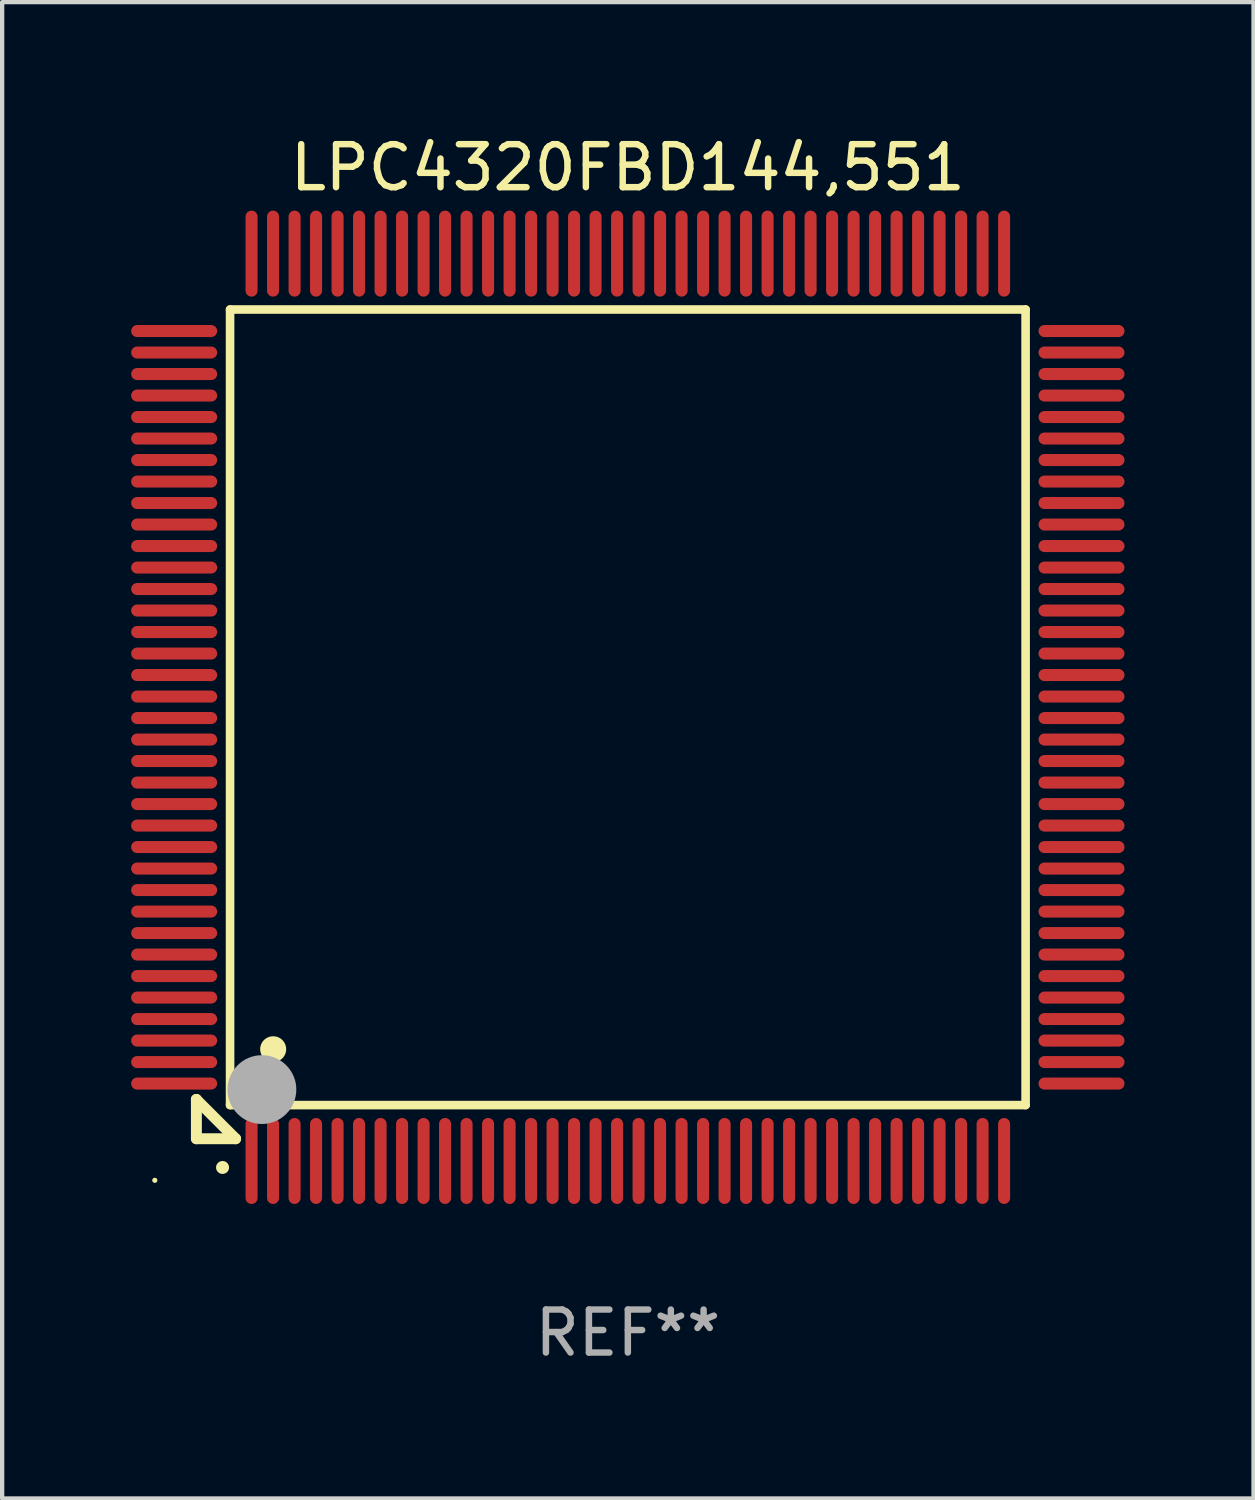
<source format=kicad_pcb>
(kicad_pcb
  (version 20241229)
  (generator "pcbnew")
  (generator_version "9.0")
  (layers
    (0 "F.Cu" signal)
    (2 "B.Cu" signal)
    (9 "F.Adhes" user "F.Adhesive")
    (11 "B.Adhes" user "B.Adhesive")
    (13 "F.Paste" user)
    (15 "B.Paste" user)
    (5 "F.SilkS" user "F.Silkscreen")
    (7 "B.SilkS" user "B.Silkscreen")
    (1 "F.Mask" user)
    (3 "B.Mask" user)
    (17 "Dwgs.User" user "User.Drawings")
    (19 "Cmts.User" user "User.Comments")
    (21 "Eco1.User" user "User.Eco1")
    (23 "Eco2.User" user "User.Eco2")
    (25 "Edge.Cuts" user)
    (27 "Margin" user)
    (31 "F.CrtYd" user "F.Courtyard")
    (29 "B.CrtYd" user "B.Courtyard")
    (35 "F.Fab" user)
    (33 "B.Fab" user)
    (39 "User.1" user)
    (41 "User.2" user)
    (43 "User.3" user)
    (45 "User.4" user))
  (footprint "LPC4320FBD144,551"
    (layer "F.Cu")
    (at 11.55 13.398)
    (property "Reference" "LPC4320FBD144,551" (at 0 -12.55 0) (layer "F.SilkS") (effects (font (size 1 1) (thickness 0.15))))
    (attr through_hole)
    (fp_line (start -10.033 9.121) (end -10.033 9.121) (stroke (width 0.254) (type solid)) (layer "F.SilkS"))
    (fp_line (start -10.033 9.121) (end -10.033 10.033) (stroke (width 0.254) (type solid)) (layer "F.SilkS"))
    (fp_line (start -10.033 9.121) (end -9.121 10.033) (stroke (width 0.254) (type solid)) (layer "F.SilkS"))
    (fp_line (start -10.033 10.033) (end -9.121 10.033) (stroke (width 0.254) (type solid)) (layer "F.SilkS"))
    (fp_line (start -9.25 -9.25) (end 9.25 -9.25) (stroke (width 0.2) (type solid)) (layer "F.SilkS"))
    (fp_line (start -9.25 9.25) (end -9.25 -9.25) (stroke (width 0.2) (type solid)) (layer "F.SilkS"))
    (fp_line (start 9.25 -9.25) (end 9.25 9.25) (stroke (width 0.2) (type solid)) (layer "F.SilkS"))
    (fp_line (start 9.25 9.25) (end -9.25 9.25) (stroke (width 0.2) (type solid)) (layer "F.SilkS"))
    (fp_arc (start -9.425959 10.701041) (mid -9.424689 10.701036) (end -9.423419 10.701041) (stroke (width 0.3) (type solid)) (layer "F.SilkS"))
    (fp_arc (start -8.249936 7.950216) (mid -8.247396 7.950205) (end -8.244856 7.950216) (stroke (width 0.6) (type solid)) (layer "F.SilkS"))
    (fp_circle (center -11 11) (end -10.97 11) (stroke (width 0.06) (type solid)) (fill no) (layer "F.SilkS"))
    (fp_circle (center -8.509 8.89) (end -8.109 8.89) (stroke (width 0.8) (type solid)) (fill no) (layer "F.Fab"))
    (fp_text user "REF**" (at 0 14.55 0) (layer "F.Fab") (effects (font (size 1 1) (thickness 0.15))))
    (pad "1" smd oval (at -8.75 10.55 180) (size 0.28 2) (layers "F.Cu" "F.Mask" "F.Paste"))
    (pad "2" smd oval (at -8.25 10.55 180) (size 0.28 2) (layers "F.Cu" "F.Mask" "F.Paste"))
    (pad "3" smd oval (at -7.75 10.55 180) (size 0.28 2) (layers "F.Cu" "F.Mask" "F.Paste"))
    (pad "4" smd oval (at -7.25 10.55 180) (size 0.28 2) (layers "F.Cu" "F.Mask" "F.Paste"))
    (pad "5" smd oval (at -6.75 10.55 180) (size 0.28 2) (layers "F.Cu" "F.Mask" "F.Paste"))
    (pad "6" smd oval (at -6.25 10.55 180) (size 0.28 2) (layers "F.Cu" "F.Mask" "F.Paste"))
    (pad "7" smd oval (at -5.75 10.55 180) (size 0.28 2) (layers "F.Cu" "F.Mask" "F.Paste"))
    (pad "8" smd oval (at -5.25 10.55 180) (size 0.28 2) (layers "F.Cu" "F.Mask" "F.Paste"))
    (pad "9" smd oval (at -4.75 10.55 180) (size 0.28 2) (layers "F.Cu" "F.Mask" "F.Paste"))
    (pad "10" smd oval (at -4.25 10.55 180) (size 0.28 2) (layers "F.Cu" "F.Mask" "F.Paste"))
    (pad "11" smd oval (at -3.75 10.55 180) (size 0.28 2) (layers "F.Cu" "F.Mask" "F.Paste"))
    (pad "12" smd oval (at -3.25 10.55 180) (size 0.28 2) (layers "F.Cu" "F.Mask" "F.Paste"))
    (pad "13" smd oval (at -2.75 10.55 180) (size 0.28 2) (layers "F.Cu" "F.Mask" "F.Paste"))
    (pad "14" smd oval (at -2.25 10.55 180) (size 0.28 2) (layers "F.Cu" "F.Mask" "F.Paste"))
    (pad "15" smd oval (at -1.75 10.55 180) (size 0.28 2) (layers "F.Cu" "F.Mask" "F.Paste"))
    (pad "16" smd oval (at -1.25 10.55 180) (size 0.28 2) (layers "F.Cu" "F.Mask" "F.Paste"))
    (pad "17" smd oval (at -0.75 10.55 180) (size 0.28 2) (layers "F.Cu" "F.Mask" "F.Paste"))
    (pad "18" smd oval (at -0.25 10.55 180) (size 0.28 2) (layers "F.Cu" "F.Mask" "F.Paste"))
    (pad "19" smd oval (at 0.25 10.55 180) (size 0.28 2) (layers "F.Cu" "F.Mask" "F.Paste"))
    (pad "20" smd oval (at 0.75 10.55 180) (size 0.28 2) (layers "F.Cu" "F.Mask" "F.Paste"))
    (pad "21" smd oval (at 1.25 10.55 180) (size 0.28 2) (layers "F.Cu" "F.Mask" "F.Paste"))
    (pad "22" smd oval (at 1.75 10.55 180) (size 0.28 2) (layers "F.Cu" "F.Mask" "F.Paste"))
    (pad "23" smd oval (at 2.25 10.55 180) (size 0.28 2) (layers "F.Cu" "F.Mask" "F.Paste"))
    (pad "24" smd oval (at 2.75 10.55 180) (size 0.28 2) (layers "F.Cu" "F.Mask" "F.Paste"))
    (pad "25" smd oval (at 3.25 10.55 180) (size 0.28 2) (layers "F.Cu" "F.Mask" "F.Paste"))
    (pad "26" smd oval (at 3.75 10.55 180) (size 0.28 2) (layers "F.Cu" "F.Mask" "F.Paste"))
    (pad "27" smd oval (at 4.25 10.55 180) (size 0.28 2) (layers "F.Cu" "F.Mask" "F.Paste"))
    (pad "28" smd oval (at 4.75 10.55 180) (size 0.28 2) (layers "F.Cu" "F.Mask" "F.Paste"))
    (pad "29" smd oval (at 5.25 10.55 180) (size 0.28 2) (layers "F.Cu" "F.Mask" "F.Paste"))
    (pad "30" smd oval (at 5.75 10.55 180) (size 0.28 2) (layers "F.Cu" "F.Mask" "F.Paste"))
    (pad "31" smd oval (at 6.25 10.55 180) (size 0.28 2) (layers "F.Cu" "F.Mask" "F.Paste"))
    (pad "32" smd oval (at 6.75 10.55 180) (size 0.28 2) (layers "F.Cu" "F.Mask" "F.Paste"))
    (pad "33" smd oval (at 7.25 10.55 180) (size 0.28 2) (layers "F.Cu" "F.Mask" "F.Paste"))
    (pad "34" smd oval (at 7.75 10.55 180) (size 0.28 2) (layers "F.Cu" "F.Mask" "F.Paste"))
    (pad "35" smd oval (at 8.25 10.55 180) (size 0.28 2) (layers "F.Cu" "F.Mask" "F.Paste"))
    (pad "36" smd oval (at 8.75 10.55 180) (size 0.28 2) (layers "F.Cu" "F.Mask" "F.Paste"))
    (pad "37" smd oval (at 10.55 8.75 90) (size 0.28 2) (layers "F.Cu" "F.Mask" "F.Paste"))
    (pad "38" smd oval (at 10.55 8.25 90) (size 0.28 2) (layers "F.Cu" "F.Mask" "F.Paste"))
    (pad "39" smd oval (at 10.55 7.75 90) (size 0.28 2) (layers "F.Cu" "F.Mask" "F.Paste"))
    (pad "40" smd oval (at 10.55 7.25 90) (size 0.28 2) (layers "F.Cu" "F.Mask" "F.Paste"))
    (pad "41" smd oval (at 10.55 6.75 90) (size 0.28 2) (layers "F.Cu" "F.Mask" "F.Paste"))
    (pad "42" smd oval (at 10.55 6.25 90) (size 0.28 2) (layers "F.Cu" "F.Mask" "F.Paste"))
    (pad "43" smd oval (at 10.55 5.75 90) (size 0.28 2) (layers "F.Cu" "F.Mask" "F.Paste"))
    (pad "44" smd oval (at 10.55 5.25 90) (size 0.28 2) (layers "F.Cu" "F.Mask" "F.Paste"))
    (pad "45" smd oval (at 10.55 4.75 90) (size 0.28 2) (layers "F.Cu" "F.Mask" "F.Paste"))
    (pad "46" smd oval (at 10.55 4.25 90) (size 0.28 2) (layers "F.Cu" "F.Mask" "F.Paste"))
    (pad "47" smd oval (at 10.55 3.75 90) (size 0.28 2) (layers "F.Cu" "F.Mask" "F.Paste"))
    (pad "48" smd oval (at 10.55 3.25 90) (size 0.28 2) (layers "F.Cu" "F.Mask" "F.Paste"))
    (pad "49" smd oval (at 10.55 2.75 90) (size 0.28 2) (layers "F.Cu" "F.Mask" "F.Paste"))
    (pad "50" smd oval (at 10.55 2.25 90) (size 0.28 2) (layers "F.Cu" "F.Mask" "F.Paste"))
    (pad "51" smd oval (at 10.55 1.75 90) (size 0.28 2) (layers "F.Cu" "F.Mask" "F.Paste"))
    (pad "52" smd oval (at 10.55 1.25 90) (size 0.28 2) (layers "F.Cu" "F.Mask" "F.Paste"))
    (pad "53" smd oval (at 10.55 0.75 90) (size 0.28 2) (layers "F.Cu" "F.Mask" "F.Paste"))
    (pad "54" smd oval (at 10.55 0.25 90) (size 0.28 2) (layers "F.Cu" "F.Mask" "F.Paste"))
    (pad "55" smd oval (at 10.55 -0.25 90) (size 0.28 2) (layers "F.Cu" "F.Mask" "F.Paste"))
    (pad "56" smd oval (at 10.55 -0.75 90) (size 0.28 2) (layers "F.Cu" "F.Mask" "F.Paste"))
    (pad "57" smd oval (at 10.55 -1.25 90) (size 0.28 2) (layers "F.Cu" "F.Mask" "F.Paste"))
    (pad "58" smd oval (at 10.55 -1.75 90) (size 0.28 2) (layers "F.Cu" "F.Mask" "F.Paste"))
    (pad "59" smd oval (at 10.55 -2.25 90) (size 0.28 2) (layers "F.Cu" "F.Mask" "F.Paste"))
    (pad "60" smd oval (at 10.55 -2.75 90) (size 0.28 2) (layers "F.Cu" "F.Mask" "F.Paste"))
    (pad "61" smd oval (at 10.55 -3.25 90) (size 0.28 2) (layers "F.Cu" "F.Mask" "F.Paste"))
    (pad "62" smd oval (at 10.55 -3.75 90) (size 0.28 2) (layers "F.Cu" "F.Mask" "F.Paste"))
    (pad "63" smd oval (at 10.55 -4.25 90) (size 0.28 2) (layers "F.Cu" "F.Mask" "F.Paste"))
    (pad "64" smd oval (at 10.55 -4.75 90) (size 0.28 2) (layers "F.Cu" "F.Mask" "F.Paste"))
    (pad "65" smd oval (at 10.55 -5.25 90) (size 0.28 2) (layers "F.Cu" "F.Mask" "F.Paste"))
    (pad "66" smd oval (at 10.55 -5.75 90) (size 0.28 2) (layers "F.Cu" "F.Mask" "F.Paste"))
    (pad "67" smd oval (at 10.55 -6.25 90) (size 0.28 2) (layers "F.Cu" "F.Mask" "F.Paste"))
    (pad "68" smd oval (at 10.55 -6.75 90) (size 0.28 2) (layers "F.Cu" "F.Mask" "F.Paste"))
    (pad "69" smd oval (at 10.55 -7.25 90) (size 0.28 2) (layers "F.Cu" "F.Mask" "F.Paste"))
    (pad "70" smd oval (at 10.55 -7.75 90) (size 0.28 2) (layers "F.Cu" "F.Mask" "F.Paste"))
    (pad "71" smd oval (at 10.55 -8.25 90) (size 0.28 2) (layers "F.Cu" "F.Mask" "F.Paste"))
    (pad "72" smd oval (at 10.55 -8.75 90) (size 0.28 2) (layers "F.Cu" "F.Mask" "F.Paste"))
    (pad "73" smd oval (at 8.75 -10.55 180) (size 0.28 2) (layers "F.Cu" "F.Mask" "F.Paste"))
    (pad "74" smd oval (at 8.25 -10.55 180) (size 0.28 2) (layers "F.Cu" "F.Mask" "F.Paste"))
    (pad "75" smd oval (at 7.75 -10.55 180) (size 0.28 2) (layers "F.Cu" "F.Mask" "F.Paste"))
    (pad "76" smd oval (at 7.25 -10.55 180) (size 0.28 2) (layers "F.Cu" "F.Mask" "F.Paste"))
    (pad "77" smd oval (at 6.75 -10.55 180) (size 0.28 2) (layers "F.Cu" "F.Mask" "F.Paste"))
    (pad "78" smd oval (at 6.25 -10.55 180) (size 0.28 2) (layers "F.Cu" "F.Mask" "F.Paste"))
    (pad "79" smd oval (at 5.75 -10.55 180) (size 0.28 2) (layers "F.Cu" "F.Mask" "F.Paste"))
    (pad "80" smd oval (at 5.25 -10.55 180) (size 0.28 2) (layers "F.Cu" "F.Mask" "F.Paste"))
    (pad "81" smd oval (at 4.75 -10.55 180) (size 0.28 2) (layers "F.Cu" "F.Mask" "F.Paste"))
    (pad "82" smd oval (at 4.25 -10.55 180) (size 0.28 2) (layers "F.Cu" "F.Mask" "F.Paste"))
    (pad "83" smd oval (at 3.75 -10.55 180) (size 0.28 2) (layers "F.Cu" "F.Mask" "F.Paste"))
    (pad "84" smd oval (at 3.25 -10.55 180) (size 0.28 2) (layers "F.Cu" "F.Mask" "F.Paste"))
    (pad "85" smd oval (at 2.75 -10.55 180) (size 0.28 2) (layers "F.Cu" "F.Mask" "F.Paste"))
    (pad "86" smd oval (at 2.25 -10.55 180) (size 0.28 2) (layers "F.Cu" "F.Mask" "F.Paste"))
    (pad "87" smd oval (at 1.75 -10.55 180) (size 0.28 2) (layers "F.Cu" "F.Mask" "F.Paste"))
    (pad "88" smd oval (at 1.25 -10.55 180) (size 0.28 2) (layers "F.Cu" "F.Mask" "F.Paste"))
    (pad "89" smd oval (at 0.75 -10.55 180) (size 0.28 2) (layers "F.Cu" "F.Mask" "F.Paste"))
    (pad "90" smd oval (at 0.25 -10.55 180) (size 0.28 2) (layers "F.Cu" "F.Mask" "F.Paste"))
    (pad "91" smd oval (at -0.25 -10.55 180) (size 0.28 2) (layers "F.Cu" "F.Mask" "F.Paste"))
    (pad "92" smd oval (at -0.75 -10.55 180) (size 0.28 2) (layers "F.Cu" "F.Mask" "F.Paste"))
    (pad "93" smd oval (at -1.25 -10.55 180) (size 0.28 2) (layers "F.Cu" "F.Mask" "F.Paste"))
    (pad "94" smd oval (at -1.75 -10.55 180) (size 0.28 2) (layers "F.Cu" "F.Mask" "F.Paste"))
    (pad "95" smd oval (at -2.25 -10.55 180) (size 0.28 2) (layers "F.Cu" "F.Mask" "F.Paste"))
    (pad "96" smd oval (at -2.75 -10.55 180) (size 0.28 2) (layers "F.Cu" "F.Mask" "F.Paste"))
    (pad "97" smd oval (at -3.25 -10.55 180) (size 0.28 2) (layers "F.Cu" "F.Mask" "F.Paste"))
    (pad "98" smd oval (at -3.75 -10.55 180) (size 0.28 2) (layers "F.Cu" "F.Mask" "F.Paste"))
    (pad "99" smd oval (at -4.25 -10.55 180) (size 0.28 2) (layers "F.Cu" "F.Mask" "F.Paste"))
    (pad "100" smd oval (at -4.75 -10.55 180) (size 0.28 2) (layers "F.Cu" "F.Mask" "F.Paste"))
    (pad "101" smd oval (at -5.25 -10.55 180) (size 0.28 2) (layers "F.Cu" "F.Mask" "F.Paste"))
    (pad "102" smd oval (at -5.75 -10.55 180) (size 0.28 2) (layers "F.Cu" "F.Mask" "F.Paste"))
    (pad "103" smd oval (at -6.25 -10.55 180) (size 0.28 2) (layers "F.Cu" "F.Mask" "F.Paste"))
    (pad "104" smd oval (at -6.75 -10.55 180) (size 0.28 2) (layers "F.Cu" "F.Mask" "F.Paste"))
    (pad "105" smd oval (at -7.25 -10.55 180) (size 0.28 2) (layers "F.Cu" "F.Mask" "F.Paste"))
    (pad "106" smd oval (at -7.75 -10.55 180) (size 0.28 2) (layers "F.Cu" "F.Mask" "F.Paste"))
    (pad "107" smd oval (at -8.25 -10.55 180) (size 0.28 2) (layers "F.Cu" "F.Mask" "F.Paste"))
    (pad "108" smd oval (at -8.75 -10.55 180) (size 0.28 2) (layers "F.Cu" "F.Mask" "F.Paste"))
    (pad "109" smd oval (at -10.55 -8.75 90) (size 0.28 2) (layers "F.Cu" "F.Mask" "F.Paste"))
    (pad "110" smd oval (at -10.55 -8.25 90) (size 0.28 2) (layers "F.Cu" "F.Mask" "F.Paste"))
    (pad "111" smd oval (at -10.55 -7.75 90) (size 0.28 2) (layers "F.Cu" "F.Mask" "F.Paste"))
    (pad "112" smd oval (at -10.55 -7.25 90) (size 0.28 2) (layers "F.Cu" "F.Mask" "F.Paste"))
    (pad "113" smd oval (at -10.55 -6.75 90) (size 0.28 2) (layers "F.Cu" "F.Mask" "F.Paste"))
    (pad "114" smd oval (at -10.55 -6.25 90) (size 0.28 2) (layers "F.Cu" "F.Mask" "F.Paste"))
    (pad "115" smd oval (at -10.55 -5.75 90) (size 0.28 2) (layers "F.Cu" "F.Mask" "F.Paste"))
    (pad "116" smd oval (at -10.55 -5.25 90) (size 0.28 2) (layers "F.Cu" "F.Mask" "F.Paste"))
    (pad "117" smd oval (at -10.55 -4.75 90) (size 0.28 2) (layers "F.Cu" "F.Mask" "F.Paste"))
    (pad "118" smd oval (at -10.55 -4.25 90) (size 0.28 2) (layers "F.Cu" "F.Mask" "F.Paste"))
    (pad "119" smd oval (at -10.55 -3.75 90) (size 0.28 2) (layers "F.Cu" "F.Mask" "F.Paste"))
    (pad "120" smd oval (at -10.55 -3.25 90) (size 0.28 2) (layers "F.Cu" "F.Mask" "F.Paste"))
    (pad "121" smd oval (at -10.55 -2.75 90) (size 0.28 2) (layers "F.Cu" "F.Mask" "F.Paste"))
    (pad "122" smd oval (at -10.55 -2.25 90) (size 0.28 2) (layers "F.Cu" "F.Mask" "F.Paste"))
    (pad "123" smd oval (at -10.55 -1.75 90) (size 0.28 2) (layers "F.Cu" "F.Mask" "F.Paste"))
    (pad "124" smd oval (at -10.55 -1.25 90) (size 0.28 2) (layers "F.Cu" "F.Mask" "F.Paste"))
    (pad "125" smd oval (at -10.55 -0.75 90) (size 0.28 2) (layers "F.Cu" "F.Mask" "F.Paste"))
    (pad "126" smd oval (at -10.55 -0.25 90) (size 0.28 2) (layers "F.Cu" "F.Mask" "F.Paste"))
    (pad "127" smd oval (at -10.55 0.25 90) (size 0.28 2) (layers "F.Cu" "F.Mask" "F.Paste"))
    (pad "128" smd oval (at -10.55 0.75 90) (size 0.28 2) (layers "F.Cu" "F.Mask" "F.Paste"))
    (pad "129" smd oval (at -10.55 1.25 90) (size 0.28 2) (layers "F.Cu" "F.Mask" "F.Paste"))
    (pad "130" smd oval (at -10.55 1.75 90) (size 0.28 2) (layers "F.Cu" "F.Mask" "F.Paste"))
    (pad "131" smd oval (at -10.55 2.25 90) (size 0.28 2) (layers "F.Cu" "F.Mask" "F.Paste"))
    (pad "132" smd oval (at -10.55 2.75 90) (size 0.28 2) (layers "F.Cu" "F.Mask" "F.Paste"))
    (pad "133" smd oval (at -10.55 3.25 90) (size 0.28 2) (layers "F.Cu" "F.Mask" "F.Paste"))
    (pad "134" smd oval (at -10.55 3.75 90) (size 0.28 2) (layers "F.Cu" "F.Mask" "F.Paste"))
    (pad "135" smd oval (at -10.55 4.25 90) (size 0.28 2) (layers "F.Cu" "F.Mask" "F.Paste"))
    (pad "136" smd oval (at -10.55 4.75 90) (size 0.28 2) (layers "F.Cu" "F.Mask" "F.Paste"))
    (pad "137" smd oval (at -10.55 5.25 90) (size 0.28 2) (layers "F.Cu" "F.Mask" "F.Paste"))
    (pad "138" smd oval (at -10.55 5.75 90) (size 0.28 2) (layers "F.Cu" "F.Mask" "F.Paste"))
    (pad "139" smd oval (at -10.55 6.25 90) (size 0.28 2) (layers "F.Cu" "F.Mask" "F.Paste"))
    (pad "140" smd oval (at -10.55 6.75 90) (size 0.28 2) (layers "F.Cu" "F.Mask" "F.Paste"))
    (pad "141" smd oval (at -10.55 7.25 90) (size 0.28 2) (layers "F.Cu" "F.Mask" "F.Paste"))
    (pad "142" smd oval (at -10.55 7.75 90) (size 0.28 2) (layers "F.Cu" "F.Mask" "F.Paste"))
    (pad "143" smd oval (at -10.55 8.25 90) (size 0.28 2) (layers "F.Cu" "F.Mask" "F.Paste"))
    (pad "144" smd oval (at -10.55 8.75 90) (size 0.28 2) (layers "F.Cu" "F.Mask" "F.Paste")))
  (gr_rect
    (start -3 -3)
    (end 26.1 31.796)
    (stroke (width 0.1) (type default))
    (fill no)
    (layer "Edge.Cuts")))
</source>
